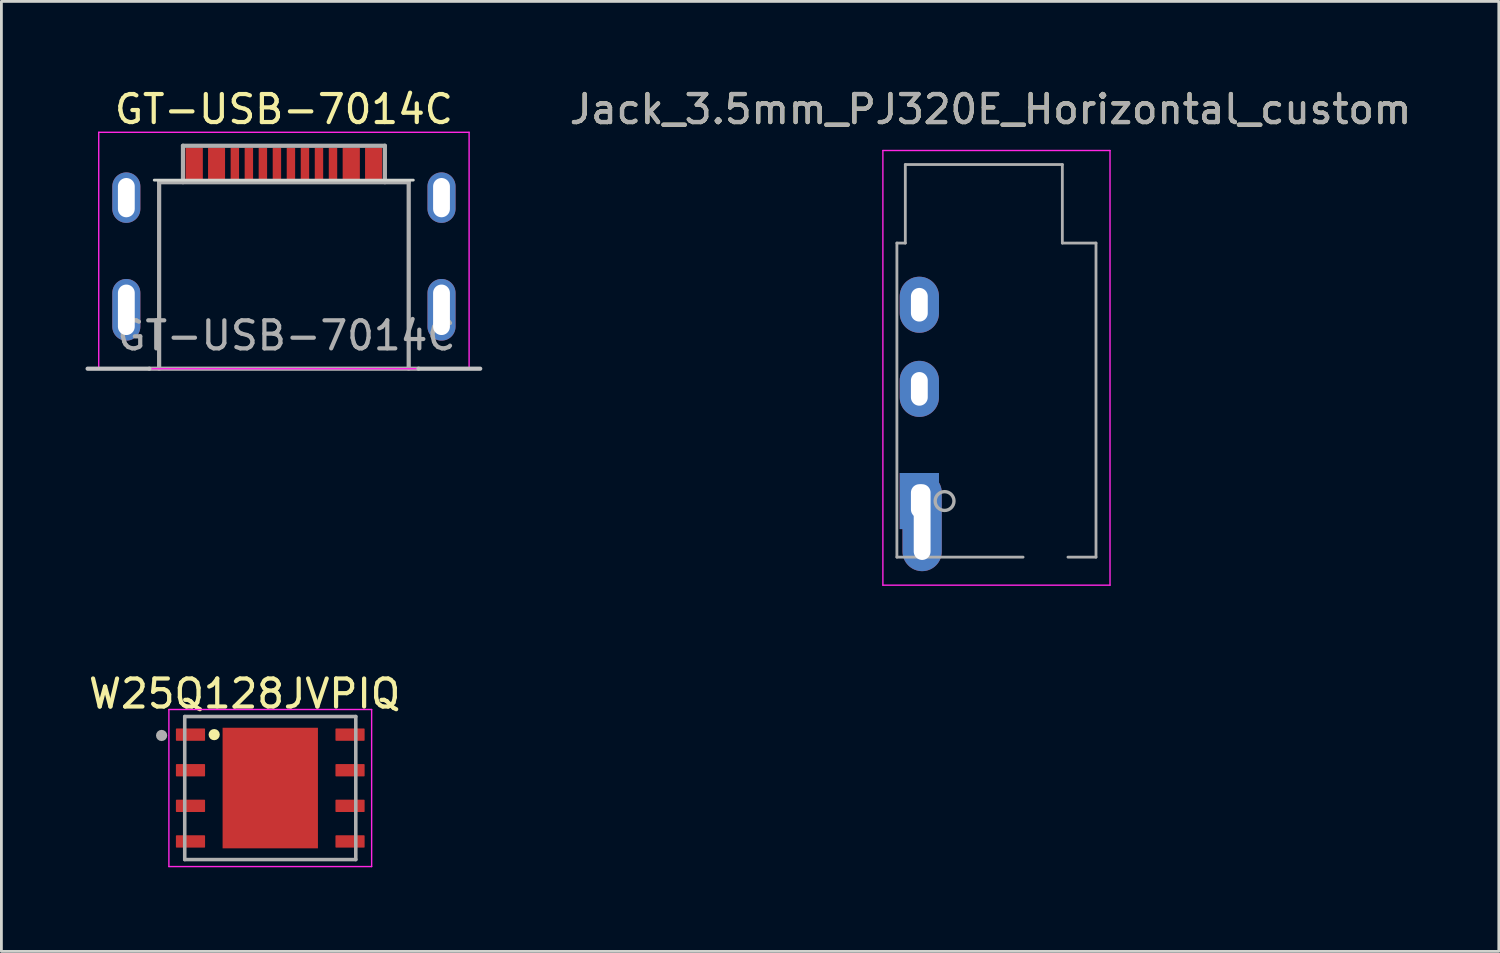
<source format=kicad_pcb>
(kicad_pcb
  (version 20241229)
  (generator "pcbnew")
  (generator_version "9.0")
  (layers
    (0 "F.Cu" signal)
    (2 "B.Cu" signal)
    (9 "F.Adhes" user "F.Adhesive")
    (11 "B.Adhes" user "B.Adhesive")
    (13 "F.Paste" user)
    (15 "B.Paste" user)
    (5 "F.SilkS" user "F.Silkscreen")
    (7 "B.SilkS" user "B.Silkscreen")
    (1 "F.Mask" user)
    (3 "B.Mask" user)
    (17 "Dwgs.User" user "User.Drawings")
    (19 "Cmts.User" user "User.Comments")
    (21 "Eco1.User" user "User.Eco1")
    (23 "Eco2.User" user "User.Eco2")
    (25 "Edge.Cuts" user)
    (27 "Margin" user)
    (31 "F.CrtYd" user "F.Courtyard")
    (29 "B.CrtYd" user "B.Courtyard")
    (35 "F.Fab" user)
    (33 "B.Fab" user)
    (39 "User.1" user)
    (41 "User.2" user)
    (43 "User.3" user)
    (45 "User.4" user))
  (footprint "Jack_3.5mm_PJ320E_Horizontal_custom"
    (layer "F.Cu")
    (at 29.735 14.818)
    (property "Reference" "Jack_3.5mm_PJ320E_Horizontal_custom" (at 2.54 -13.97 180) (layer "F.SilkS") (effects (font (size 1 1) (thickness 0.15))))
    (attr through_hole)
    (fp_line (start -1.3 -12.5) (end -1.3 3) (stroke (width 0.05) (type solid)) (layer "F.CrtYd"))
    (fp_line (start -1.3 -12.5) (end 6.8 -12.5) (stroke (width 0.05) (type solid)) (layer "F.CrtYd"))
    (fp_line (start -1.3 3) (end 6.8 3) (stroke (width 0.05) (type solid)) (layer "F.CrtYd"))
    (fp_line (start 6.8 -12.5) (end 6.8 3) (stroke (width 0.05) (type solid)) (layer "F.CrtYd"))
    (fp_line (start -0.8 -9.2) (end -0.5 -9.2) (stroke (width 0.1) (type solid)) (layer "F.Fab"))
    (fp_line (start -0.8 2) (end -0.8 -9.2) (stroke (width 0.1) (type solid)) (layer "F.Fab"))
    (fp_line (start -0.5 -12) (end 5.1 -12) (stroke (width 0.1) (type solid)) (layer "F.Fab"))
    (fp_line (start -0.5 -9.2) (end -0.5 -12) (stroke (width 0.1) (type solid)) (layer "F.Fab"))
    (fp_line (start 3.7 2) (end -0.8 2) (stroke (width 0.1) (type solid)) (layer "F.Fab"))
    (fp_line (start 5.1 -12) (end 5.1 -9.2) (stroke (width 0.1) (type solid)) (layer "F.Fab"))
    (fp_line (start 5.1 -9.2) (end 6.3 -9.2) (stroke (width 0.1) (type solid)) (layer "F.Fab"))
    (fp_line (start 6.3 -9.2) (end 6.3 2) (stroke (width 0.1) (type solid)) (layer "F.Fab"))
    (fp_line (start 6.3 2) (end 5.3 2) (stroke (width 0.1) (type solid)) (layer "F.Fab"))
    (fp_circle (center 0.9 0) (end 1.2 0.15) (stroke (width 0.12) (type solid)) (fill no) (layer "F.Fab"))
    (fp_text user "${REFERENCE}" (at 2.54 -13.97 180) (layer "F.Fab") (effects (font (size 1 1) (thickness 0.15))))
    (pad "R1" thru_hole oval (at 0 -4 270) (size 2 1.4) (drill oval 1.2 0.6) (layers "*.Cu" "*.Mask"))
    (pad "R2" thru_hole oval (at 0 -7 270) (size 2 1.4) (drill oval 1.2 0.6) (layers "*.Cu" "*.Mask"))
    (pad "T" thru_hole rect (at 0 0 270) (size 2 1.4) (drill oval 1.2 0.6) (layers "*.Cu" "*.Mask"))
    (pad "T" thru_hole oval (at 0.1 0.75 270) (size 3.5 1.4) (drill oval 2.7 0.6) (layers "*.Cu" "*.Mask")))
  (footprint "GT-USB-7014C"
    (layer "F.Cu")
    (at 7.075 10.098)
    (property "Reference" "GT-USB-7014C" (at 0 -9.25 180) (layer "F.SilkS") (effects (font (size 1 1) (thickness 0.15))))
    (attr smd)
    (fp_line (start -4.8 0) (end -7 0) (stroke (width 0.15) (type solid)) (layer "Dwgs.User"))
    (fp_line (start 7 0) (end 4.8 0) (stroke (width 0.15) (type solid)) (layer "Dwgs.User"))
    (fp_line (start -4.625 -6.725) (end 4.615 -6.725) (stroke (width 0.1) (type solid)) (layer "Edge.Cuts"))
    (fp_line (start -6.604 -8.43) (end -6.604 0) (stroke (width 0.05) (type solid)) (layer "F.CrtYd"))
    (fp_line (start -6.604 0) (end 6.604 0) (stroke (width 0.05) (type solid)) (layer "F.CrtYd"))
    (fp_line (start 6.604 -8.43) (end -6.604 -8.43) (stroke (width 0.05) (type solid)) (layer "F.CrtYd"))
    (fp_line (start 6.604 0) (end 6.604 -8.43) (stroke (width 0.05) (type solid)) (layer "F.CrtYd"))
    (fp_line (start -4.45 -6.65) (end -4.45 0) (stroke (width 0.15) (type solid)) (layer "F.Fab"))
    (fp_line (start -3.6 -7.95) (end 3.6 -7.95) (stroke (width 0.15) (type solid)) (layer "F.Fab"))
    (fp_line (start -3.6 -6.65) (end -3.6 -7.95) (stroke (width 0.15) (type solid)) (layer "F.Fab"))
    (fp_line (start 3.6 -7.95) (end 3.6 -6.65) (stroke (width 0.15) (type solid)) (layer "F.Fab"))
    (fp_line (start 4.45 -6.65) (end -4.45 -6.65) (stroke (width 0.15) (type solid)) (layer "F.Fab"))
    (fp_line (start 4.45 -6.65) (end 4.45 0) (stroke (width 0.15) (type solid)) (layer "F.Fab"))
    (fp_line (start 4.8 0) (end -4.8 0) (stroke (width 0.15) (type solid)) (layer "F.Fab"))
    (fp_text user "${REFERENCE}" (at 0.09 -1.18 180) (layer "F.Fab") (effects (font (size 1 1) (thickness 0.15))))
    (pad "A1" smd rect (at -3.2 -7.3) (size 0.6 1.15) (layers "F.Cu" "F.Mask" "F.Paste"))
    (pad "A4" smd rect (at -2.4 -7.3) (size 0.6 1.15) (layers "F.Cu" "F.Mask" "F.Paste"))
    (pad "A5" smd rect (at -1.25 -7.3) (size 0.3 1.15) (layers "F.Cu" "F.Mask" "F.Paste"))
    (pad "A6" smd rect (at -0.25 -7.3) (size 0.3 1.15) (layers "F.Cu" "F.Mask" "F.Paste"))
    (pad "A7" smd rect (at 0.25 -7.3) (size 0.3 1.15) (layers "F.Cu" "F.Mask" "F.Paste"))
    (pad "A8" smd rect (at 1.25 -7.3) (size 0.3 1.15) (layers "F.Cu" "F.Mask" "F.Paste"))
    (pad "A9" smd rect (at 2.4 -7.3) (size 0.6 1.15) (layers "F.Cu" "F.Mask" "F.Paste"))
    (pad "A12" smd rect (at 3.2 -7.3) (size 0.6 1.15) (layers "F.Cu" "F.Mask" "F.Paste"))
    (pad "B1" smd rect (at 3.2 -7.3) (size 0.6 1.15) (layers "F.Cu" "F.Mask" "F.Paste"))
    (pad "B4" smd rect (at 2.4 -7.3) (size 0.6 1.15) (layers "F.Cu" "F.Mask" "F.Paste"))
    (pad "B5" smd rect (at 1.75 -7.3) (size 0.3 1.15) (layers "F.Cu" "F.Mask" "F.Paste"))
    (pad "B6" smd rect (at 0.75 -7.3) (size 0.3 1.15) (layers "F.Cu" "F.Mask" "F.Paste"))
    (pad "B7" smd rect (at -0.75 -7.3) (size 0.3 1.15) (layers "F.Cu" "F.Mask" "F.Paste"))
    (pad "B8" smd rect (at -1.75 -7.3) (size 0.3 1.15) (layers "F.Cu" "F.Mask" "F.Paste"))
    (pad "B9" smd rect (at -2.4 -7.3) (size 0.6 1.15) (layers "F.Cu" "F.Mask" "F.Paste"))
    (pad "B12" smd rect (at -3.2 -7.3) (size 0.6 1.15) (layers "F.Cu" "F.Mask" "F.Paste"))
    (pad "S1" thru_hole oval (at -5.62 -6.1) (size 1 1.8) (drill oval 0.6 1.4) (layers "*.Cu" "*.Mask"))
    (pad "S2" thru_hole oval (at 5.62 -6.1) (size 1 1.8) (drill oval 0.6 1.4) (layers "*.Cu" "*.Mask"))
    (pad "S3" thru_hole oval (at 5.62 -2.1) (size 1 2.2) (drill oval 0.6 1.8) (layers "*.Cu" "*.Mask"))
    (pad "S4" thru_hole oval (at -5.62 -2.1) (size 1 2.2) (drill oval 0.6 1.8) (layers "*.Cu" "*.Mask")))
  (footprint "W25Q128JVPIQ"
    (layer "F.Cu")
    (at 6.588 25.053)
    (property "Reference" "W25Q128JVPIQ" (at -0.915 -3.362 0) (layer "F.SilkS") (effects (font (size 1 1) (thickness 0.15))))
    (attr smd)
    (fp_circle (center -2 -1.905) (end -1.9 -1.905) (stroke (width 0.2) (type solid)) (fill no) (layer "F.SilkS"))
    (fp_poly (pts (xy -1.08 -1.36) (xy 1.08 -1.36) (xy 1.08 1.36) (xy -1.08 1.36)) (stroke (width 0.01) (type solid)) (fill yes) (layer "F.Paste"))
    (fp_line (start -3.615 -2.8) (end -3.615 2.8) (stroke (width 0.05) (type solid)) (layer "F.CrtYd"))
    (fp_line (start -3.615 -2.8) (end 3.615 -2.8) (stroke (width 0.05) (type solid)) (layer "F.CrtYd"))
    (fp_line (start -3.615 2.8) (end 3.615 2.8) (stroke (width 0.05) (type solid)) (layer "F.CrtYd"))
    (fp_line (start 3.615 -2.8) (end 3.615 2.8) (stroke (width 0.05) (type solid)) (layer "F.CrtYd"))
    (fp_line (start -3.05 -2.55) (end -3.05 2.55) (stroke (width 0.127) (type solid)) (layer "F.Fab"))
    (fp_line (start -3.05 -2.55) (end 3.05 -2.55) (stroke (width 0.127) (type solid)) (layer "F.Fab"))
    (fp_line (start -3.05 2.55) (end 3.05 2.55) (stroke (width 0.127) (type solid)) (layer "F.Fab"))
    (fp_line (start 3.05 -2.55) (end 3.05 2.55) (stroke (width 0.127) (type solid)) (layer "F.Fab"))
    (fp_circle (center -3.875 -1.875) (end -3.775 -1.875) (stroke (width 0.2) (type solid)) (fill no) (layer "F.Fab"))
    (pad "1" smd roundrect (at -2.845 -1.905) (size 1.04 0.44) (layers "F.Cu" "F.Mask" "F.Paste") (roundrect_rratio 0.06))
    (pad "2" smd roundrect (at -2.845 -0.635) (size 1.04 0.44) (layers "F.Cu" "F.Mask" "F.Paste") (roundrect_rratio 0.06))
    (pad "3" smd roundrect (at -2.845 0.635) (size 1.04 0.44) (layers "F.Cu" "F.Mask" "F.Paste") (roundrect_rratio 0.06))
    (pad "4" smd roundrect (at -2.845 1.905) (size 1.04 0.44) (layers "F.Cu" "F.Mask" "F.Paste") (roundrect_rratio 0.06))
    (pad "5" smd roundrect (at 2.845 1.905) (size 1.04 0.44) (layers "F.Cu" "F.Mask" "F.Paste") (roundrect_rratio 0.06))
    (pad "6" smd roundrect (at 2.845 0.635) (size 1.04 0.44) (layers "F.Cu" "F.Mask" "F.Paste") (roundrect_rratio 0.06))
    (pad "7" smd roundrect (at 2.845 -0.635) (size 1.04 0.44) (layers "F.Cu" "F.Mask" "F.Paste") (roundrect_rratio 0.06))
    (pad "8" smd roundrect (at 2.845 -1.905) (size 1.04 0.44) (layers "F.Cu" "F.Mask" "F.Paste") (roundrect_rratio 0.06))
    (pad "9" smd rect (at 0 0) (size 3.4 4.3) (layers "F.Cu" "F.Mask")))
  (gr_rect
    (start -3 -3)
    (end 50.4 30.878)
    (stroke (width 0.1) (type default))
    (fill no)
    (layer "Edge.Cuts")))
</source>
